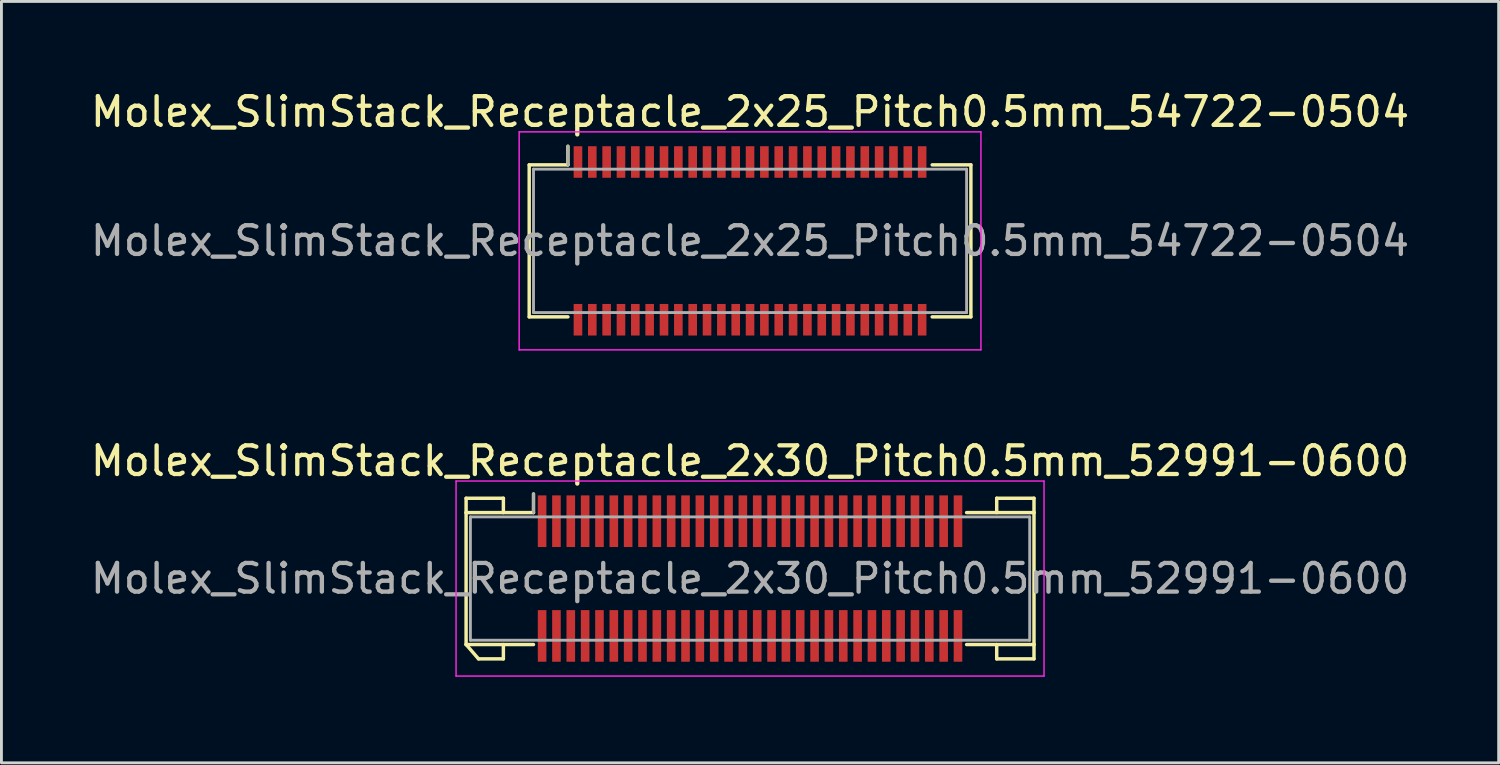
<source format=kicad_pcb>
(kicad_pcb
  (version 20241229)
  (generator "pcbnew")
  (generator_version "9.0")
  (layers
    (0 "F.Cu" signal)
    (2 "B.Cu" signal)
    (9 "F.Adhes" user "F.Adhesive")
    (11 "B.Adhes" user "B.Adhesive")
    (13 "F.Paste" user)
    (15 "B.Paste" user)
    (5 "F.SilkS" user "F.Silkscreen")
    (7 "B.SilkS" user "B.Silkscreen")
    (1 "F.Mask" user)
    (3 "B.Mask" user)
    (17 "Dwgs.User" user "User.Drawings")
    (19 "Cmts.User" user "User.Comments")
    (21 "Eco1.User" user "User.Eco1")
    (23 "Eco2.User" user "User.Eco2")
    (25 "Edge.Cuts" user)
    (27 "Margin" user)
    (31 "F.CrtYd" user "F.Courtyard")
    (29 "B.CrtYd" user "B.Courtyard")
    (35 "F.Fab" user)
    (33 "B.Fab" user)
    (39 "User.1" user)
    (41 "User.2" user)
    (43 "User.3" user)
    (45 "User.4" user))
  (footprint "Molex_SlimStack_Receptacle_2x30_Pitch0.5mm_52991-0600"
    (layer "F.Cu")
    (at 23.101 17.122)
    (property "Reference" "Molex_SlimStack_Receptacle_2x30_Pitch0.5mm_52991-0600" (at 0 -4.1 0) (layer "F.SilkS") (effects (font (size 1 1) (thickness 0.15))))
    (attr smd)
    (fp_line (start -9.9 -2.8) (end -8.6 -2.8) (stroke (width 0.12) (type solid)) (layer "F.SilkS"))
    (fp_line (start -9.9 -2.3) (end -9.9 -2.8) (stroke (width 0.12) (type solid)) (layer "F.SilkS"))
    (fp_line (start -9.9 -2.3) (end -7.55 -2.3) (stroke (width 0.12) (type solid)) (layer "F.SilkS"))
    (fp_line (start -9.9 2.3) (end -9.9 -2.3) (stroke (width 0.12) (type solid)) (layer "F.SilkS"))
    (fp_line (start -9.9 2.3) (end -9.467 2.8) (stroke (width 0.12) (type solid)) (layer "F.SilkS"))
    (fp_line (start -9.467 2.8) (end -8.6 2.8) (stroke (width 0.12) (type solid)) (layer "F.SilkS"))
    (fp_line (start -8.6 -2.8) (end -8.6 -2.3) (stroke (width 0.12) (type solid)) (layer "F.SilkS"))
    (fp_line (start -8.6 2.8) (end -8.6 2.3) (stroke (width 0.12) (type solid)) (layer "F.SilkS"))
    (fp_line (start -7.55 -2.3) (end -7.55 -2.95) (stroke (width 0.12) (type solid)) (layer "F.SilkS"))
    (fp_line (start -7.55 2.3) (end -9.9 2.3) (stroke (width 0.12) (type solid)) (layer "F.SilkS"))
    (fp_line (start 7.55 2.3) (end 9.9 2.3) (stroke (width 0.12) (type solid)) (layer "F.SilkS"))
    (fp_line (start 8.6 -2.8) (end 8.6 -2.3) (stroke (width 0.12) (type solid)) (layer "F.SilkS"))
    (fp_line (start 8.6 2.8) (end 8.6 2.3) (stroke (width 0.12) (type solid)) (layer "F.SilkS"))
    (fp_line (start 9.9 -2.8) (end 8.6 -2.8) (stroke (width 0.12) (type solid)) (layer "F.SilkS"))
    (fp_line (start 9.9 -2.3) (end 7.55 -2.3) (stroke (width 0.12) (type solid)) (layer "F.SilkS"))
    (fp_line (start 9.9 -2.3) (end 9.9 -2.8) (stroke (width 0.12) (type solid)) (layer "F.SilkS"))
    (fp_line (start 9.9 2.3) (end 9.9 -2.3) (stroke (width 0.12) (type solid)) (layer "F.SilkS"))
    (fp_line (start 9.9 2.3) (end 9.9 2.8) (stroke (width 0.12) (type solid)) (layer "F.SilkS"))
    (fp_line (start 9.9 2.8) (end 8.6 2.8) (stroke (width 0.12) (type solid)) (layer "F.SilkS"))
    (fp_line (start -10.25 -3.4) (end -10.25 3.4) (stroke (width 0.05) (type solid)) (layer "F.CrtYd"))
    (fp_line (start -10.25 3.4) (end 10.25 3.4) (stroke (width 0.05) (type solid)) (layer "F.CrtYd"))
    (fp_line (start 10.25 -3.4) (end -10.25 -3.4) (stroke (width 0.05) (type solid)) (layer "F.CrtYd"))
    (fp_line (start 10.25 3.4) (end 10.25 -3.4) (stroke (width 0.05) (type solid)) (layer "F.CrtYd"))
    (fp_line (start -9.75 -2.15) (end -9.75 2.15) (stroke (width 0.1) (type solid)) (layer "F.Fab"))
    (fp_line (start -9.75 2.15) (end 9.75 2.15) (stroke (width 0.1) (type solid)) (layer "F.Fab"))
    (fp_line (start -7.55 -2.3) (end -7.55 -2.95) (stroke (width 0.1) (type solid)) (layer "F.Fab"))
    (fp_line (start 9.75 -2.15) (end -9.75 -2.15) (stroke (width 0.1) (type solid)) (layer "F.Fab"))
    (fp_line (start 9.75 2.15) (end 9.75 -2.15) (stroke (width 0.1) (type solid)) (layer "F.Fab"))
    (fp_text user "${REFERENCE}" (at 0 0 0) (layer "F.Fab") (effects (font (size 1 1) (thickness 0.15))))
    (pad "1" smd rect (at -7.25 -2) (size 0.3 1.8) (layers "F.Cu" "F.Mask" "F.Paste"))
    (pad "2" smd rect (at -7.25 2) (size 0.3 1.8) (layers "F.Cu" "F.Mask" "F.Paste"))
    (pad "3" smd rect (at -6.75 -2) (size 0.3 1.8) (layers "F.Cu" "F.Mask" "F.Paste"))
    (pad "4" smd rect (at -6.75 2) (size 0.3 1.8) (layers "F.Cu" "F.Mask" "F.Paste"))
    (pad "5" smd rect (at -6.25 -2) (size 0.3 1.8) (layers "F.Cu" "F.Mask" "F.Paste"))
    (pad "6" smd rect (at -6.25 2) (size 0.3 1.8) (layers "F.Cu" "F.Mask" "F.Paste"))
    (pad "7" smd rect (at -5.75 -2) (size 0.3 1.8) (layers "F.Cu" "F.Mask" "F.Paste"))
    (pad "8" smd rect (at -5.75 2) (size 0.3 1.8) (layers "F.Cu" "F.Mask" "F.Paste"))
    (pad "9" smd rect (at -5.25 -2) (size 0.3 1.8) (layers "F.Cu" "F.Mask" "F.Paste"))
    (pad "10" smd rect (at -5.25 2) (size 0.3 1.8) (layers "F.Cu" "F.Mask" "F.Paste"))
    (pad "11" smd rect (at -4.75 -2) (size 0.3 1.8) (layers "F.Cu" "F.Mask" "F.Paste"))
    (pad "12" smd rect (at -4.75 2) (size 0.3 1.8) (layers "F.Cu" "F.Mask" "F.Paste"))
    (pad "13" smd rect (at -4.25 -2) (size 0.3 1.8) (layers "F.Cu" "F.Mask" "F.Paste"))
    (pad "14" smd rect (at -4.25 2) (size 0.3 1.8) (layers "F.Cu" "F.Mask" "F.Paste"))
    (pad "15" smd rect (at -3.75 -2) (size 0.3 1.8) (layers "F.Cu" "F.Mask" "F.Paste"))
    (pad "16" smd rect (at -3.75 2) (size 0.3 1.8) (layers "F.Cu" "F.Mask" "F.Paste"))
    (pad "17" smd rect (at -3.25 -2) (size 0.3 1.8) (layers "F.Cu" "F.Mask" "F.Paste"))
    (pad "18" smd rect (at -3.25 2) (size 0.3 1.8) (layers "F.Cu" "F.Mask" "F.Paste"))
    (pad "19" smd rect (at -2.75 -2) (size 0.3 1.8) (layers "F.Cu" "F.Mask" "F.Paste"))
    (pad "20" smd rect (at -2.75 2) (size 0.3 1.8) (layers "F.Cu" "F.Mask" "F.Paste"))
    (pad "21" smd rect (at -2.25 -2) (size 0.3 1.8) (layers "F.Cu" "F.Mask" "F.Paste"))
    (pad "22" smd rect (at -2.25 2) (size 0.3 1.8) (layers "F.Cu" "F.Mask" "F.Paste"))
    (pad "23" smd rect (at -1.75 -2) (size 0.3 1.8) (layers "F.Cu" "F.Mask" "F.Paste"))
    (pad "24" smd rect (at -1.75 2) (size 0.3 1.8) (layers "F.Cu" "F.Mask" "F.Paste"))
    (pad "25" smd rect (at -1.25 -2) (size 0.3 1.8) (layers "F.Cu" "F.Mask" "F.Paste"))
    (pad "26" smd rect (at -1.25 2) (size 0.3 1.8) (layers "F.Cu" "F.Mask" "F.Paste"))
    (pad "27" smd rect (at -0.75 -2) (size 0.3 1.8) (layers "F.Cu" "F.Mask" "F.Paste"))
    (pad "28" smd rect (at -0.75 2) (size 0.3 1.8) (layers "F.Cu" "F.Mask" "F.Paste"))
    (pad "29" smd rect (at -0.25 -2) (size 0.3 1.8) (layers "F.Cu" "F.Mask" "F.Paste"))
    (pad "30" smd rect (at -0.25 2) (size 0.3 1.8) (layers "F.Cu" "F.Mask" "F.Paste"))
    (pad "31" smd rect (at 0.25 -2) (size 0.3 1.8) (layers "F.Cu" "F.Mask" "F.Paste"))
    (pad "32" smd rect (at 0.25 2) (size 0.3 1.8) (layers "F.Cu" "F.Mask" "F.Paste"))
    (pad "33" smd rect (at 0.75 -2) (size 0.3 1.8) (layers "F.Cu" "F.Mask" "F.Paste"))
    (pad "34" smd rect (at 0.75 2) (size 0.3 1.8) (layers "F.Cu" "F.Mask" "F.Paste"))
    (pad "35" smd rect (at 1.25 -2) (size 0.3 1.8) (layers "F.Cu" "F.Mask" "F.Paste"))
    (pad "36" smd rect (at 1.25 2) (size 0.3 1.8) (layers "F.Cu" "F.Mask" "F.Paste"))
    (pad "37" smd rect (at 1.75 -2) (size 0.3 1.8) (layers "F.Cu" "F.Mask" "F.Paste"))
    (pad "38" smd rect (at 1.75 2) (size 0.3 1.8) (layers "F.Cu" "F.Mask" "F.Paste"))
    (pad "39" smd rect (at 2.25 -2) (size 0.3 1.8) (layers "F.Cu" "F.Mask" "F.Paste"))
    (pad "40" smd rect (at 2.25 2) (size 0.3 1.8) (layers "F.Cu" "F.Mask" "F.Paste"))
    (pad "41" smd rect (at 2.75 -2) (size 0.3 1.8) (layers "F.Cu" "F.Mask" "F.Paste"))
    (pad "42" smd rect (at 2.75 2) (size 0.3 1.8) (layers "F.Cu" "F.Mask" "F.Paste"))
    (pad "43" smd rect (at 3.25 -2) (size 0.3 1.8) (layers "F.Cu" "F.Mask" "F.Paste"))
    (pad "44" smd rect (at 3.25 2) (size 0.3 1.8) (layers "F.Cu" "F.Mask" "F.Paste"))
    (pad "45" smd rect (at 3.75 -2) (size 0.3 1.8) (layers "F.Cu" "F.Mask" "F.Paste"))
    (pad "46" smd rect (at 3.75 2) (size 0.3 1.8) (layers "F.Cu" "F.Mask" "F.Paste"))
    (pad "47" smd rect (at 4.25 -2) (size 0.3 1.8) (layers "F.Cu" "F.Mask" "F.Paste"))
    (pad "48" smd rect (at 4.25 2) (size 0.3 1.8) (layers "F.Cu" "F.Mask" "F.Paste"))
    (pad "49" smd rect (at 4.75 -2) (size 0.3 1.8) (layers "F.Cu" "F.Mask" "F.Paste"))
    (pad "50" smd rect (at 4.75 2) (size 0.3 1.8) (layers "F.Cu" "F.Mask" "F.Paste"))
    (pad "51" smd rect (at 5.25 -2) (size 0.3 1.8) (layers "F.Cu" "F.Mask" "F.Paste"))
    (pad "52" smd rect (at 5.25 2) (size 0.3 1.8) (layers "F.Cu" "F.Mask" "F.Paste"))
    (pad "53" smd rect (at 5.75 -2) (size 0.3 1.8) (layers "F.Cu" "F.Mask" "F.Paste"))
    (pad "54" smd rect (at 5.75 2) (size 0.3 1.8) (layers "F.Cu" "F.Mask" "F.Paste"))
    (pad "55" smd rect (at 6.25 -2) (size 0.3 1.8) (layers "F.Cu" "F.Mask" "F.Paste"))
    (pad "56" smd rect (at 6.25 2) (size 0.3 1.8) (layers "F.Cu" "F.Mask" "F.Paste"))
    (pad "57" smd rect (at 6.75 -2) (size 0.3 1.8) (layers "F.Cu" "F.Mask" "F.Paste"))
    (pad "58" smd rect (at 6.75 2) (size 0.3 1.8) (layers "F.Cu" "F.Mask" "F.Paste"))
    (pad "59" smd rect (at 7.25 -2) (size 0.3 1.8) (layers "F.Cu" "F.Mask" "F.Paste"))
    (pad "60" smd rect (at 7.25 2) (size 0.3 1.8) (layers "F.Cu" "F.Mask" "F.Paste")))
  (footprint "Molex_SlimStack_Receptacle_2x25_Pitch0.5mm_54722-0504"
    (layer "F.Cu")
    (at 23.101 5.348)
    (property "Reference" "Molex_SlimStack_Receptacle_2x25_Pitch0.5mm_54722-0504" (at 0 -4.5 0) (layer "F.SilkS") (effects (font (size 1 1) (thickness 0.15))))
    (attr smd)
    (fp_line (start -7.7 -2.65) (end -6.35 -2.65) (stroke (width 0.12) (type solid)) (layer "F.SilkS"))
    (fp_line (start -7.7 2.65) (end -7.7 -2.65) (stroke (width 0.12) (type solid)) (layer "F.SilkS"))
    (fp_line (start -6.35 -2.65) (end -6.35 -3.3) (stroke (width 0.12) (type solid)) (layer "F.SilkS"))
    (fp_line (start -6.35 2.65) (end -7.7 2.65) (stroke (width 0.12) (type solid)) (layer "F.SilkS"))
    (fp_line (start 6.35 2.65) (end 7.7 2.65) (stroke (width 0.12) (type solid)) (layer "F.SilkS"))
    (fp_line (start 7.7 -2.65) (end 6.35 -2.65) (stroke (width 0.12) (type solid)) (layer "F.SilkS"))
    (fp_line (start 7.7 2.65) (end 7.7 -2.65) (stroke (width 0.12) (type solid)) (layer "F.SilkS"))
    (fp_line (start -8.05 -3.8) (end -8.05 3.8) (stroke (width 0.05) (type solid)) (layer "F.CrtYd"))
    (fp_line (start -8.05 3.8) (end 8.05 3.8) (stroke (width 0.05) (type solid)) (layer "F.CrtYd"))
    (fp_line (start 8.05 -3.8) (end -8.05 -3.8) (stroke (width 0.05) (type solid)) (layer "F.CrtYd"))
    (fp_line (start 8.05 3.8) (end 8.05 -3.8) (stroke (width 0.05) (type solid)) (layer "F.CrtYd"))
    (fp_line (start -7.55 -2.5) (end -7.55 2.5) (stroke (width 0.1) (type solid)) (layer "F.Fab"))
    (fp_line (start -7.55 2.5) (end 7.55 2.5) (stroke (width 0.1) (type solid)) (layer "F.Fab"))
    (fp_line (start -6.35 -2.65) (end -6.35 -3.3) (stroke (width 0.1) (type solid)) (layer "F.Fab"))
    (fp_line (start 7.55 -2.5) (end -7.55 -2.5) (stroke (width 0.1) (type solid)) (layer "F.Fab"))
    (fp_line (start 7.55 2.5) (end 7.55 -2.5) (stroke (width 0.1) (type solid)) (layer "F.Fab"))
    (fp_text user "${REFERENCE}" (at 0 0 0) (layer "F.Fab") (effects (font (size 1 1) (thickness 0.15))))
    (pad "1" smd rect (at -6 -2.75) (size 0.3 1.1) (layers "F.Cu" "F.Mask" "F.Paste"))
    (pad "2" smd rect (at -6 2.75) (size 0.3 1.1) (layers "F.Cu" "F.Mask" "F.Paste"))
    (pad "3" smd rect (at -5.5 -2.75) (size 0.3 1.1) (layers "F.Cu" "F.Mask" "F.Paste"))
    (pad "4" smd rect (at -5.5 2.75) (size 0.3 1.1) (layers "F.Cu" "F.Mask" "F.Paste"))
    (pad "5" smd rect (at -5 -2.75) (size 0.3 1.1) (layers "F.Cu" "F.Mask" "F.Paste"))
    (pad "6" smd rect (at -5 2.75) (size 0.3 1.1) (layers "F.Cu" "F.Mask" "F.Paste"))
    (pad "7" smd rect (at -4.5 -2.75) (size 0.3 1.1) (layers "F.Cu" "F.Mask" "F.Paste"))
    (pad "8" smd rect (at -4.5 2.75) (size 0.3 1.1) (layers "F.Cu" "F.Mask" "F.Paste"))
    (pad "9" smd rect (at -4 -2.75) (size 0.3 1.1) (layers "F.Cu" "F.Mask" "F.Paste"))
    (pad "10" smd rect (at -4 2.75) (size 0.3 1.1) (layers "F.Cu" "F.Mask" "F.Paste"))
    (pad "11" smd rect (at -3.5 -2.75) (size 0.3 1.1) (layers "F.Cu" "F.Mask" "F.Paste"))
    (pad "12" smd rect (at -3.5 2.75) (size 0.3 1.1) (layers "F.Cu" "F.Mask" "F.Paste"))
    (pad "13" smd rect (at -3 -2.75) (size 0.3 1.1) (layers "F.Cu" "F.Mask" "F.Paste"))
    (pad "14" smd rect (at -3 2.75) (size 0.3 1.1) (layers "F.Cu" "F.Mask" "F.Paste"))
    (pad "15" smd rect (at -2.5 -2.75) (size 0.3 1.1) (layers "F.Cu" "F.Mask" "F.Paste"))
    (pad "16" smd rect (at -2.5 2.75) (size 0.3 1.1) (layers "F.Cu" "F.Mask" "F.Paste"))
    (pad "17" smd rect (at -2 -2.75) (size 0.3 1.1) (layers "F.Cu" "F.Mask" "F.Paste"))
    (pad "18" smd rect (at -2 2.75) (size 0.3 1.1) (layers "F.Cu" "F.Mask" "F.Paste"))
    (pad "19" smd rect (at -1.5 -2.75) (size 0.3 1.1) (layers "F.Cu" "F.Mask" "F.Paste"))
    (pad "20" smd rect (at -1.5 2.75) (size 0.3 1.1) (layers "F.Cu" "F.Mask" "F.Paste"))
    (pad "21" smd rect (at -1 -2.75) (size 0.3 1.1) (layers "F.Cu" "F.Mask" "F.Paste"))
    (pad "22" smd rect (at -1 2.75) (size 0.3 1.1) (layers "F.Cu" "F.Mask" "F.Paste"))
    (pad "23" smd rect (at -0.5 -2.75) (size 0.3 1.1) (layers "F.Cu" "F.Mask" "F.Paste"))
    (pad "24" smd rect (at -0.5 2.75) (size 0.3 1.1) (layers "F.Cu" "F.Mask" "F.Paste"))
    (pad "25" smd rect (at 0 -2.75) (size 0.3 1.1) (layers "F.Cu" "F.Mask" "F.Paste"))
    (pad "26" smd rect (at 0 2.75) (size 0.3 1.1) (layers "F.Cu" "F.Mask" "F.Paste"))
    (pad "27" smd rect (at 0.5 -2.75) (size 0.3 1.1) (layers "F.Cu" "F.Mask" "F.Paste"))
    (pad "28" smd rect (at 0.5 2.75) (size 0.3 1.1) (layers "F.Cu" "F.Mask" "F.Paste"))
    (pad "29" smd rect (at 1 -2.75) (size 0.3 1.1) (layers "F.Cu" "F.Mask" "F.Paste"))
    (pad "30" smd rect (at 1 2.75) (size 0.3 1.1) (layers "F.Cu" "F.Mask" "F.Paste"))
    (pad "31" smd rect (at 1.5 -2.75) (size 0.3 1.1) (layers "F.Cu" "F.Mask" "F.Paste"))
    (pad "32" smd rect (at 1.5 2.75) (size 0.3 1.1) (layers "F.Cu" "F.Mask" "F.Paste"))
    (pad "33" smd rect (at 2 -2.75) (size 0.3 1.1) (layers "F.Cu" "F.Mask" "F.Paste"))
    (pad "34" smd rect (at 2 2.75) (size 0.3 1.1) (layers "F.Cu" "F.Mask" "F.Paste"))
    (pad "35" smd rect (at 2.5 -2.75) (size 0.3 1.1) (layers "F.Cu" "F.Mask" "F.Paste"))
    (pad "36" smd rect (at 2.5 2.75) (size 0.3 1.1) (layers "F.Cu" "F.Mask" "F.Paste"))
    (pad "37" smd rect (at 3 -2.75) (size 0.3 1.1) (layers "F.Cu" "F.Mask" "F.Paste"))
    (pad "38" smd rect (at 3 2.75) (size 0.3 1.1) (layers "F.Cu" "F.Mask" "F.Paste"))
    (pad "39" smd rect (at 3.5 -2.75) (size 0.3 1.1) (layers "F.Cu" "F.Mask" "F.Paste"))
    (pad "40" smd rect (at 3.5 2.75) (size 0.3 1.1) (layers "F.Cu" "F.Mask" "F.Paste"))
    (pad "41" smd rect (at 4 -2.75) (size 0.3 1.1) (layers "F.Cu" "F.Mask" "F.Paste"))
    (pad "42" smd rect (at 4 2.75) (size 0.3 1.1) (layers "F.Cu" "F.Mask" "F.Paste"))
    (pad "43" smd rect (at 4.5 -2.75) (size 0.3 1.1) (layers "F.Cu" "F.Mask" "F.Paste"))
    (pad "44" smd rect (at 4.5 2.75) (size 0.3 1.1) (layers "F.Cu" "F.Mask" "F.Paste"))
    (pad "45" smd rect (at 5 -2.75) (size 0.3 1.1) (layers "F.Cu" "F.Mask" "F.Paste"))
    (pad "46" smd rect (at 5 2.75) (size 0.3 1.1) (layers "F.Cu" "F.Mask" "F.Paste"))
    (pad "47" smd rect (at 5.5 -2.75) (size 0.3 1.1) (layers "F.Cu" "F.Mask" "F.Paste"))
    (pad "48" smd rect (at 5.5 2.75) (size 0.3 1.1) (layers "F.Cu" "F.Mask" "F.Paste"))
    (pad "49" smd rect (at 6 -2.75) (size 0.3 1.1) (layers "F.Cu" "F.Mask" "F.Paste"))
    (pad "50" smd rect (at 6 2.75) (size 0.3 1.1) (layers "F.Cu" "F.Mask" "F.Paste")))
  (gr_rect
    (start -3 -3)
    (end 49.202 23.547)
    (stroke (width 0.1) (type default))
    (fill no)
    (layer "Edge.Cuts")))
</source>
